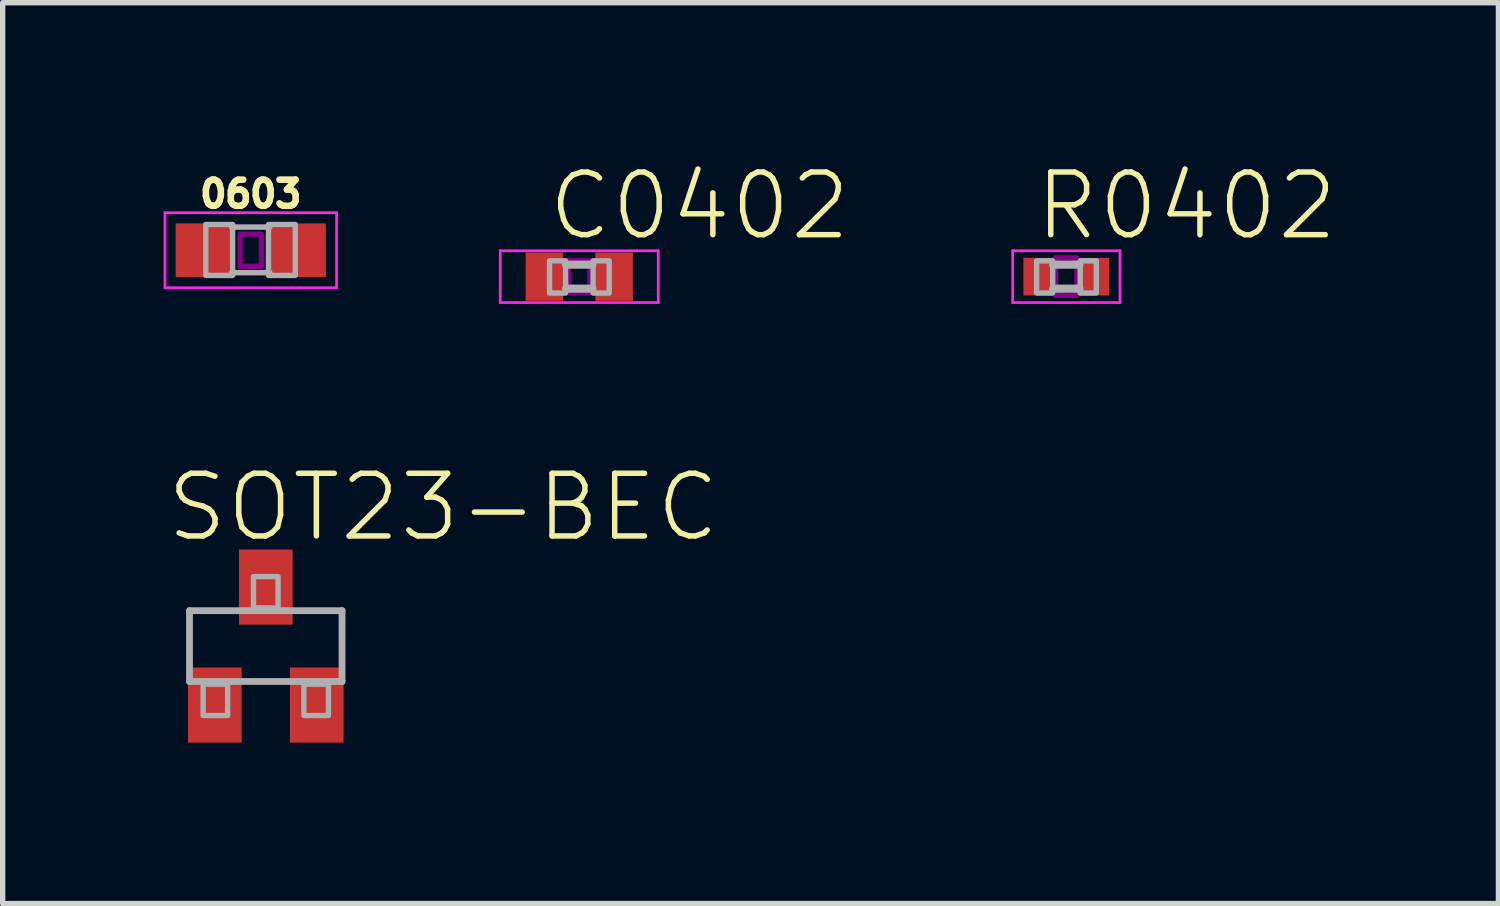
<source format=kicad_pcb>
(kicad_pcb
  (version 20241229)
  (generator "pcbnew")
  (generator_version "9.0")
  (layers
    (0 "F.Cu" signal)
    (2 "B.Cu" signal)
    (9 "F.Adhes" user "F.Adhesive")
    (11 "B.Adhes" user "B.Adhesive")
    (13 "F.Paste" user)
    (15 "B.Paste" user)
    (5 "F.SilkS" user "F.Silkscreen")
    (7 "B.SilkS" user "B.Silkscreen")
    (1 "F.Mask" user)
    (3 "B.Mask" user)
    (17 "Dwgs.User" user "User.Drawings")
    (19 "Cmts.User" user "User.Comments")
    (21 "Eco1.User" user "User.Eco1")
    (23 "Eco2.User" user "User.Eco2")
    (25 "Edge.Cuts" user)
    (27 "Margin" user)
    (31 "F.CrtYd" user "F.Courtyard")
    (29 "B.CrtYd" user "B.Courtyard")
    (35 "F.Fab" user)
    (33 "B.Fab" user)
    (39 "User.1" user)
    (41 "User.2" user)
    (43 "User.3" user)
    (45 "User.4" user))
  (footprint "C0402"
    (layer "F.Cu")
    (at 7.749 2.108)
    (property "Reference" "C0402" (at -0.635 -0.635 0) (layer "F.SilkS") (effects (font (size 1.168 1.168) (thickness 0.102)) (justify left bottom)))
    (fp_poly (pts (xy -0.2 0.3) (xy 0.2 0.3) (xy 0.2 -0.3) (xy -0.2 -0.3)) (stroke (width 0.1) (type solid)) (fill no) (layer "F.Adhes"))
    (fp_line (start -1.473 -0.483) (end 1.473 -0.483) (stroke (width 0.051) (type solid)) (layer "F.CrtYd"))
    (fp_line (start -1.473 0.483) (end -1.473 -0.483) (stroke (width 0.051) (type solid)) (layer "F.CrtYd"))
    (fp_line (start 1.473 -0.483) (end 1.473 0.483) (stroke (width 0.051) (type solid)) (layer "F.CrtYd"))
    (fp_line (start 1.473 0.483) (end -1.473 0.483) (stroke (width 0.051) (type solid)) (layer "F.CrtYd"))
    (fp_line (start -0.245 -0.224) (end 0.245 -0.224) (stroke (width 0.152) (type solid)) (layer "F.Fab"))
    (fp_line (start 0.245 0.224) (end -0.245 0.224) (stroke (width 0.152) (type solid)) (layer "F.Fab"))
    (fp_poly (pts (xy -0.554 0.305) (xy -0.254 0.305) (xy -0.254 -0.295) (xy -0.554 -0.295)) (stroke (width 0.1) (type solid)) (fill no) (layer "F.Fab"))
    (fp_poly (pts (xy 0.259 0.305) (xy 0.559 0.305) (xy 0.559 -0.295) (xy 0.259 -0.295)) (stroke (width 0.1) (type solid)) (fill no) (layer "F.Fab"))
    (pad "1" smd rect (at -0.65 0) (size 0.7 0.9) (layers "F.Cu" "F.Mask" "F.Paste"))
    (pad "2" smd rect (at 0.65 0) (size 0.7 0.9) (layers "F.Cu" "F.Mask" "F.Paste")))
  (footprint "SOT23-BEC"
    (layer "F.Cu")
    (at 1.905 8.995)
    (property "Reference" "SOT23-BEC" (at -1.905 -1.905 0) (layer "F.SilkS") (effects (font (size 1.168 1.168) (thickness 0.102)) (justify left bottom)))
    (fp_line (start -1.422 -0.66) (end 1.422 -0.66) (stroke (width 0.127) (type solid)) (layer "F.Fab"))
    (fp_line (start -1.422 0.66) (end -1.422 -0.66) (stroke (width 0.127) (type solid)) (layer "F.Fab"))
    (fp_line (start 1.422 -0.66) (end 1.422 0.66) (stroke (width 0.127) (type solid)) (layer "F.Fab"))
    (fp_line (start 1.422 0.66) (end -1.422 0.66) (stroke (width 0.127) (type solid)) (layer "F.Fab"))
    (fp_poly (pts (xy -1.168 1.295) (xy -0.711 1.295) (xy -0.711 0.711) (xy -1.168 0.711)) (stroke (width 0.1) (type solid)) (fill no) (layer "F.Fab"))
    (fp_poly (pts (xy -0.229 -0.711) (xy 0.229 -0.711) (xy 0.229 -1.295) (xy -0.229 -1.295)) (stroke (width 0.1) (type solid)) (fill no) (layer "F.Fab"))
    (fp_poly (pts (xy 0.711 1.295) (xy 1.168 1.295) (xy 1.168 0.711) (xy 0.711 0.711)) (stroke (width 0.1) (type solid)) (fill no) (layer "F.Fab"))
    (pad "B" smd rect (at -0.95 1.1) (size 1 1.4) (layers "F.Cu" "F.Mask" "F.Paste"))
    (pad "C" smd rect (at 0 -1.1) (size 1 1.4) (layers "F.Cu" "F.Mask" "F.Paste"))
    (pad "E" smd rect (at 0.95 1.1) (size 1 1.4) (layers "F.Cu" "F.Mask" "F.Paste")))
  (footprint "0603"
    (layer "F.Cu")
    (at 1.625 1.615)
    (property "Reference" "0603" (at 0 -0.762 0) (layer "F.SilkS") (effects (font (size 0.488 0.488) (thickness 0.122)) (justify bottom)))
    (fp_poly (pts (xy -0.2 0.3) (xy 0.2 0.3) (xy 0.2 -0.3) (xy -0.2 -0.3)) (stroke (width 0.1) (type solid)) (fill no) (layer "F.Adhes"))
    (fp_line (start -1.6 -0.7) (end 1.6 -0.7) (stroke (width 0.051) (type solid)) (layer "F.CrtYd"))
    (fp_line (start -1.6 0.7) (end -1.6 -0.7) (stroke (width 0.051) (type solid)) (layer "F.CrtYd"))
    (fp_line (start 1.6 -0.7) (end 1.6 0.7) (stroke (width 0.051) (type solid)) (layer "F.CrtYd"))
    (fp_line (start 1.6 0.7) (end -1.6 0.7) (stroke (width 0.051) (type solid)) (layer "F.CrtYd"))
    (fp_line (start -0.356 -0.432) (end 0.356 -0.432) (stroke (width 0.102) (type solid)) (layer "F.Fab"))
    (fp_line (start -0.356 0.419) (end 0.356 0.419) (stroke (width 0.102) (type solid)) (layer "F.Fab"))
    (fp_poly (pts (xy -0.838 0.47) (xy -0.338 0.47) (xy -0.338 -0.48) (xy -0.838 -0.48)) (stroke (width 0.1) (type solid)) (fill no) (layer "F.Fab"))
    (fp_poly (pts (xy 0.33 0.47) (xy 0.83 0.47) (xy 0.83 -0.48) (xy 0.33 -0.48)) (stroke (width 0.1) (type solid)) (fill no) (layer "F.Fab"))
    (pad "1" smd rect (at -0.85 0) (size 1.1 1) (layers "F.Cu" "F.Mask" "F.Paste"))
    (pad "2" smd rect (at 0.85 0) (size 1.1 1) (layers "F.Cu" "F.Mask" "F.Paste")))
  (footprint "R0402"
    (layer "F.Cu")
    (at 16.83 2.108)
    (property "Reference" "R0402" (at -0.635 -0.635 0) (layer "F.SilkS") (effects (font (size 1.168 1.168) (thickness 0.102)) (justify left bottom)))
    (fp_poly (pts (xy -0.2 0.35) (xy 0.2 0.35) (xy 0.2 -0.35) (xy -0.2 -0.35)) (stroke (width 0.1) (type solid)) (fill no) (layer "F.Adhes"))
    (fp_line (start -1 -0.483) (end 1 -0.483) (stroke (width 0.051) (type solid)) (layer "F.CrtYd"))
    (fp_line (start -1 0.483) (end -1 -0.483) (stroke (width 0.051) (type solid)) (layer "F.CrtYd"))
    (fp_line (start 1 -0.483) (end 1 0.483) (stroke (width 0.051) (type solid)) (layer "F.CrtYd"))
    (fp_line (start 1 0.483) (end -1 0.483) (stroke (width 0.051) (type solid)) (layer "F.CrtYd"))
    (fp_line (start -0.245 -0.224) (end 0.245 -0.224) (stroke (width 0.152) (type solid)) (layer "F.Fab"))
    (fp_line (start 0.245 0.224) (end -0.245 0.224) (stroke (width 0.152) (type solid)) (layer "F.Fab"))
    (fp_poly (pts (xy -0.554 0.305) (xy -0.254 0.305) (xy -0.254 -0.295) (xy -0.554 -0.295)) (stroke (width 0.1) (type solid)) (fill no) (layer "F.Fab"))
    (fp_poly (pts (xy 0.259 0.305) (xy 0.559 0.305) (xy 0.559 -0.295) (xy 0.259 -0.295)) (stroke (width 0.1) (type solid)) (fill no) (layer "F.Fab"))
    (pad "1" smd rect (at -0.5 0) (size 0.6 0.7) (layers "F.Cu" "F.Mask" "F.Paste"))
    (pad "2" smd rect (at 0.5 0) (size 0.6 0.7) (layers "F.Cu" "F.Mask" "F.Paste")))
  (gr_rect
    (start -3 -3)
    (end 24.886 13.795)
    (stroke (width 0.1) (type default))
    (fill no)
    (layer "Edge.Cuts")))
</source>
